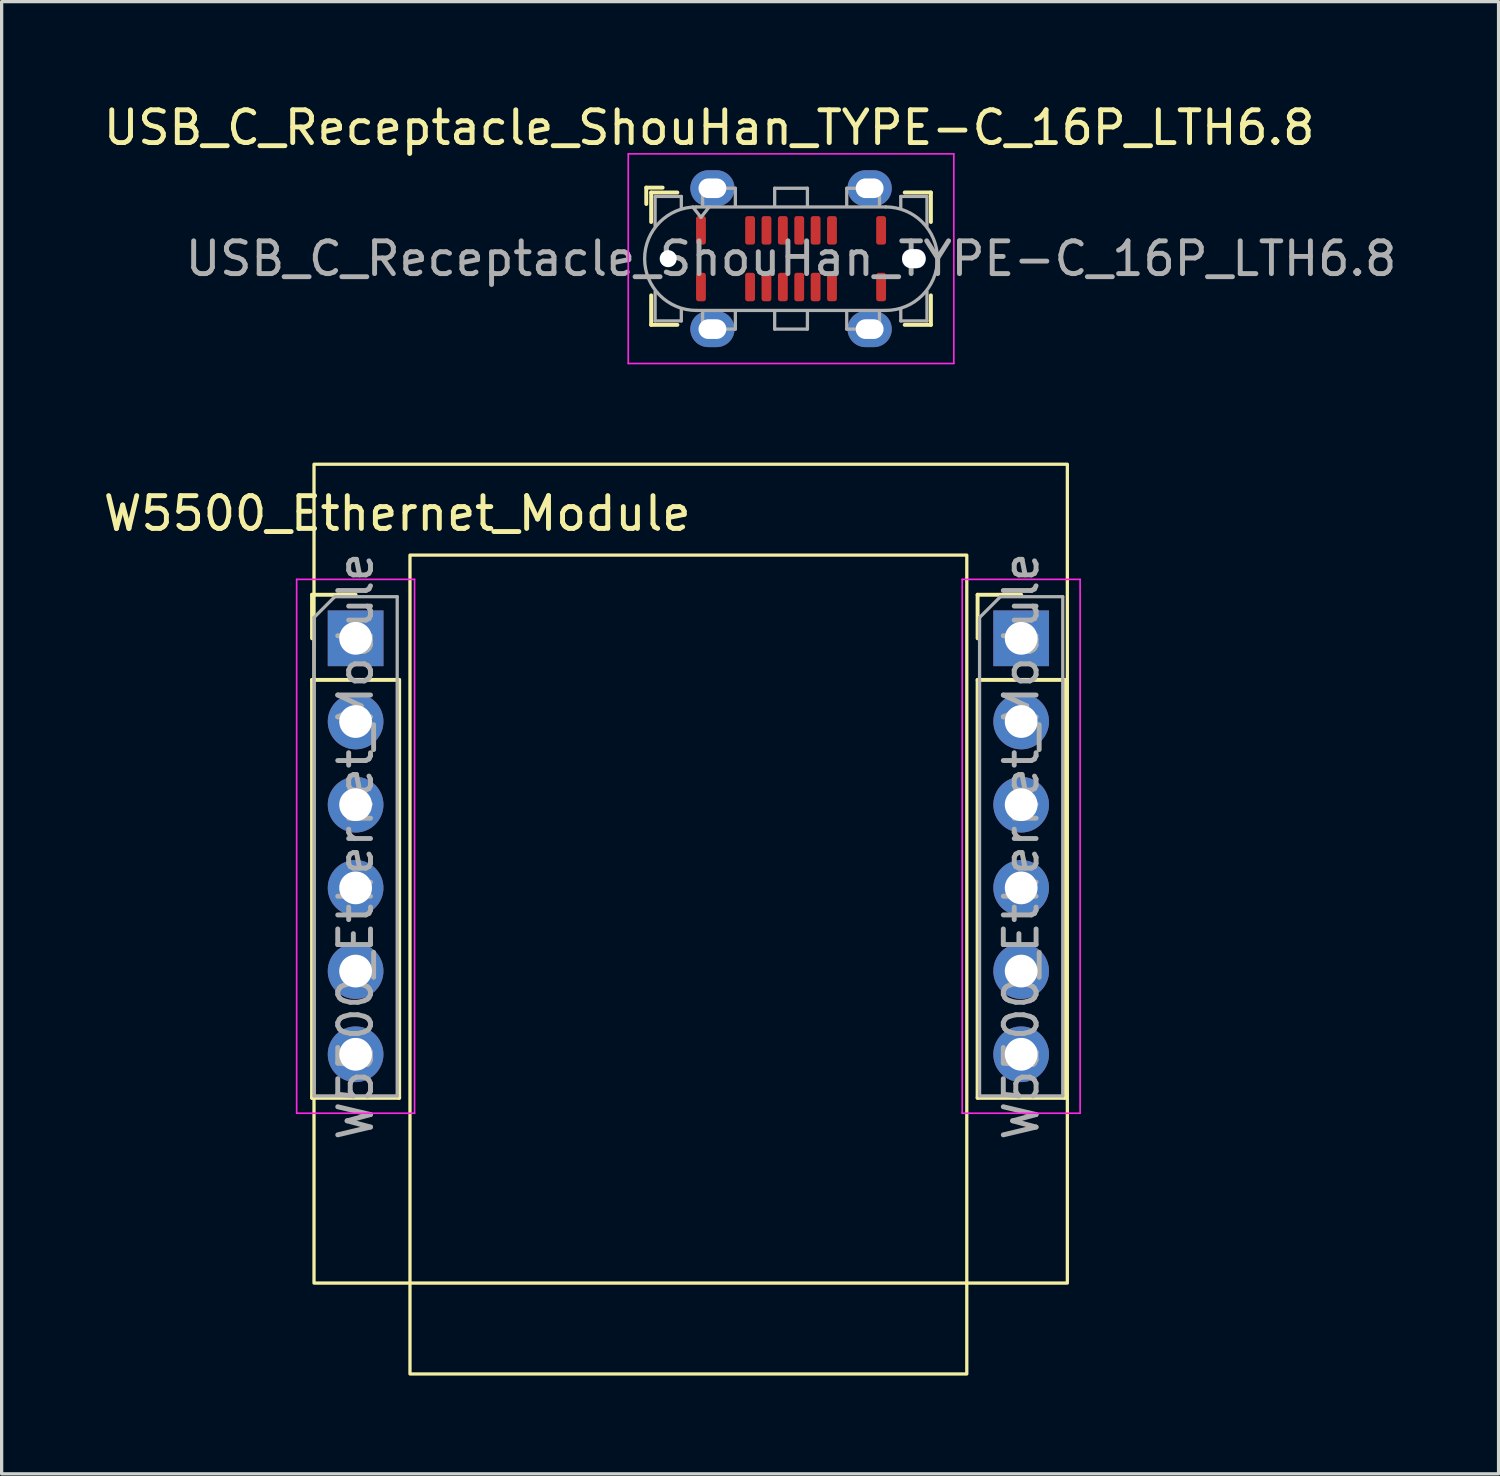
<source format=kicad_pcb>
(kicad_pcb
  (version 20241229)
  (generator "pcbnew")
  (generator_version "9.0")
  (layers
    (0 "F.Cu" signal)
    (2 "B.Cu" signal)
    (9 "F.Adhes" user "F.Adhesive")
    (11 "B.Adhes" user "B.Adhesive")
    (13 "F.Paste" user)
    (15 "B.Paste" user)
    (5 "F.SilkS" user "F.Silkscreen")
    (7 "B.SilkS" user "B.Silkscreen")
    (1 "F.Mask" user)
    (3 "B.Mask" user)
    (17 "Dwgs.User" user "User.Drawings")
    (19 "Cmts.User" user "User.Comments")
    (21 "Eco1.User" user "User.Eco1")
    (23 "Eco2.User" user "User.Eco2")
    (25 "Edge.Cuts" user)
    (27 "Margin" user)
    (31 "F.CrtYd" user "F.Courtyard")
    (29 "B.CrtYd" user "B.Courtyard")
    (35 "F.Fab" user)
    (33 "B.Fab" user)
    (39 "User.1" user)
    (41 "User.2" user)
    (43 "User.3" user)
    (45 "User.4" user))
  (footprint "W5500_Ethernet_Module"
    (layer "F.Cu")
    (at 7.807 16.438)
    (property "Reference" "W5500_Ethernet_Module" (at 1.27 -3.81 0) (layer "F.SilkS") (effects (font (size 1 1) (thickness 0.15))))
    (attr through_hole)
    (fp_line (start -1.33 -1.33) (end 0 -1.33) (stroke (width 0.12) (type solid)) (layer "F.SilkS"))
    (fp_line (start -1.33 0) (end -1.33 -1.33) (stroke (width 0.12) (type solid)) (layer "F.SilkS"))
    (fp_line (start -1.33 1.27) (end -1.33 14.03) (stroke (width 0.12) (type solid)) (layer "F.SilkS"))
    (fp_line (start -1.33 1.27) (end 1.33 1.27) (stroke (width 0.12) (type solid)) (layer "F.SilkS"))
    (fp_line (start -1.33 14.03) (end 1.33 14.03) (stroke (width 0.12) (type solid)) (layer "F.SilkS"))
    (fp_line (start 1.33 1.27) (end 1.33 14.03) (stroke (width 0.12) (type solid)) (layer "F.SilkS"))
    (fp_line (start 18.99 -1.33) (end 20.32 -1.33) (stroke (width 0.12) (type solid)) (layer "F.SilkS"))
    (fp_line (start 18.99 0) (end 18.99 -1.33) (stroke (width 0.12) (type solid)) (layer "F.SilkS"))
    (fp_line (start 18.99 1.27) (end 18.99 14.03) (stroke (width 0.12) (type solid)) (layer "F.SilkS"))
    (fp_line (start 18.99 1.27) (end 21.65 1.27) (stroke (width 0.12) (type solid)) (layer "F.SilkS"))
    (fp_line (start 18.99 14.03) (end 21.65 14.03) (stroke (width 0.12) (type solid)) (layer "F.SilkS"))
    (fp_line (start 21.65 1.27) (end 21.65 14.03) (stroke (width 0.12) (type solid)) (layer "F.SilkS"))
    (fp_rect (start -1.27 -5.315) (end 21.73 19.685) (stroke (width 0.1) (type default)) (fill no) (layer "F.SilkS"))
    (fp_rect (start 1.66 -2.54) (end 18.66 22.46) (stroke (width 0.1) (type default)) (fill no) (layer "F.SilkS"))
    (fp_line (start -1.8 -1.8) (end -1.8 14.5) (stroke (width 0.05) (type solid)) (layer "F.CrtYd"))
    (fp_line (start -1.8 14.5) (end 1.8 14.5) (stroke (width 0.05) (type solid)) (layer "F.CrtYd"))
    (fp_line (start 1.8 -1.8) (end -1.8 -1.8) (stroke (width 0.05) (type solid)) (layer "F.CrtYd"))
    (fp_line (start 1.8 14.5) (end 1.8 -1.8) (stroke (width 0.05) (type solid)) (layer "F.CrtYd"))
    (fp_line (start 18.52 -1.8) (end 18.52 14.5) (stroke (width 0.05) (type solid)) (layer "F.CrtYd"))
    (fp_line (start 18.52 14.5) (end 22.12 14.5) (stroke (width 0.05) (type solid)) (layer "F.CrtYd"))
    (fp_line (start 22.12 -1.8) (end 18.52 -1.8) (stroke (width 0.05) (type solid)) (layer "F.CrtYd"))
    (fp_line (start 22.12 14.5) (end 22.12 -1.8) (stroke (width 0.05) (type solid)) (layer "F.CrtYd"))
    (fp_line (start -1.27 -0.635) (end -0.635 -1.27) (stroke (width 0.1) (type solid)) (layer "F.Fab"))
    (fp_line (start -1.27 13.97) (end -1.27 -0.635) (stroke (width 0.1) (type solid)) (layer "F.Fab"))
    (fp_line (start -0.635 -1.27) (end 1.27 -1.27) (stroke (width 0.1) (type solid)) (layer "F.Fab"))
    (fp_line (start 1.27 -1.27) (end 1.27 13.97) (stroke (width 0.1) (type solid)) (layer "F.Fab"))
    (fp_line (start 1.27 13.97) (end -1.27 13.97) (stroke (width 0.1) (type solid)) (layer "F.Fab"))
    (fp_line (start 19.05 -0.635) (end 19.685 -1.27) (stroke (width 0.1) (type solid)) (layer "F.Fab"))
    (fp_line (start 19.05 13.97) (end 19.05 -0.635) (stroke (width 0.1) (type solid)) (layer "F.Fab"))
    (fp_line (start 19.685 -1.27) (end 21.59 -1.27) (stroke (width 0.1) (type solid)) (layer "F.Fab"))
    (fp_line (start 21.59 -1.27) (end 21.59 13.97) (stroke (width 0.1) (type solid)) (layer "F.Fab"))
    (fp_line (start 21.59 13.97) (end 19.05 13.97) (stroke (width 0.1) (type solid)) (layer "F.Fab"))
    (fp_text user "${REFERENCE}" (at 20.32 6.35 90) (layer "F.Fab") (effects (font (size 1 1) (thickness 0.15))))
    (fp_text user "${REFERENCE}" (at 0 6.35 90) (layer "F.Fab") (effects (font (size 1 1) (thickness 0.15))))
    (pad "1" thru_hole rect (at 20.32 0) (size 1.7 1.7) (drill 1) (layers "*.Cu" "*.Mask"))
    (pad "2" thru_hole oval (at 20.32 2.54) (size 1.7 1.7) (drill 1) (layers "*.Cu" "*.Mask"))
    (pad "3" thru_hole oval (at 20.32 5.08) (size 1.7 1.7) (drill 1) (layers "*.Cu" "*.Mask"))
    (pad "4" thru_hole oval (at 20.32 7.62) (size 1.7 1.7) (drill 1) (layers "*.Cu" "*.Mask"))
    (pad "5" thru_hole oval (at 20.32 10.16) (size 1.7 1.7) (drill 1) (layers "*.Cu" "*.Mask"))
    (pad "6" thru_hole oval (at 20.32 12.7) (size 1.7 1.7) (drill 1) (layers "*.Cu" "*.Mask"))
    (pad "7" thru_hole oval (at 0 12.7) (size 1.7 1.7) (drill 1) (layers "*.Cu" "*.Mask"))
    (pad "8" thru_hole oval (at 0 10.16) (size 1.7 1.7) (drill 1) (layers "*.Cu" "*.Mask"))
    (pad "9" thru_hole oval (at 0 7.62) (size 1.7 1.7) (drill 1) (layers "*.Cu" "*.Mask"))
    (pad "10" thru_hole oval (at 0 5.08) (size 1.7 1.7) (drill 1) (layers "*.Cu" "*.Mask"))
    (pad "11" thru_hole oval (at 0 2.54) (size 1.7 1.7) (drill 1) (layers "*.Cu" "*.Mask"))
    (pad "12" thru_hole rect (at 0 0) (size 1.7 1.7) (drill 1) (layers "*.Cu" "*.Mask")))
  (footprint "USB_C_Receptacle_ShouHan_TYPE-C_16P_LTH6.8"
    (layer "F.Cu")
    (at 21.101 4.848)
    (property "Reference" "USB_C_Receptacle_ShouHan_TYPE-C_16P_LTH6.8" (at -2.5 -4 0) (unlocked yes) (layer "F.SilkS") (effects (font (size 1 1) (thickness 0.15))))
    (attr smd)
    (fp_line (start -4.42 -2.17) (end -4.42 -1.67) (stroke (width 0.12) (type solid)) (layer "F.SilkS"))
    (fp_line (start -4.42 -2.17) (end -3.92 -2.17) (stroke (width 0.12) (type solid)) (layer "F.SilkS"))
    (fp_line (start -4.27 -2.02) (end -4.27 -1.12) (stroke (width 0.12) (type solid)) (layer "F.SilkS"))
    (fp_line (start -4.27 -2.02) (end -3.47 -2.02) (stroke (width 0.12) (type solid)) (layer "F.SilkS"))
    (fp_line (start -4.27 2.02) (end -4.27 1.12) (stroke (width 0.12) (type solid)) (layer "F.SilkS"))
    (fp_line (start -4.27 2.02) (end -3.47 2.02) (stroke (width 0.12) (type solid)) (layer "F.SilkS"))
    (fp_line (start 4.27 -2.02) (end 3.47 -2.02) (stroke (width 0.12) (type solid)) (layer "F.SilkS"))
    (fp_line (start 4.27 -2.02) (end 4.27 -1.12) (stroke (width 0.12) (type solid)) (layer "F.SilkS"))
    (fp_line (start 4.27 2.02) (end 3.47 2.02) (stroke (width 0.12) (type solid)) (layer "F.SilkS"))
    (fp_line (start 4.27 2.02) (end 4.27 1.12) (stroke (width 0.12) (type solid)) (layer "F.SilkS"))
    (fp_line (start -4.97 -3.2) (end -4.97 3.2) (stroke (width 0.05) (type solid)) (layer "F.CrtYd"))
    (fp_line (start -4.97 3.2) (end 4.97 3.2) (stroke (width 0.05) (type solid)) (layer "F.CrtYd"))
    (fp_line (start 4.97 -3.2) (end -4.97 -3.2) (stroke (width 0.05) (type solid)) (layer "F.CrtYd"))
    (fp_line (start 4.97 3.2) (end 4.97 -3.2) (stroke (width 0.05) (type solid)) (layer "F.CrtYd"))
    (fp_line (start -4.15 -1.9) (end -4.15 -1) (stroke (width 0.1) (type solid)) (layer "F.Fab"))
    (fp_line (start -4.15 -1.9) (end -3.35 -1.9) (stroke (width 0.1) (type solid)) (layer "F.Fab"))
    (fp_line (start -4.15 1.9) (end -4.15 1) (stroke (width 0.1) (type solid)) (layer "F.Fab"))
    (fp_line (start -4.15 1.9) (end -3.35 1.9) (stroke (width 0.1) (type solid)) (layer "F.Fab"))
    (fp_line (start -3.35 -1.9) (end -3.35 -1.55) (stroke (width 0.1) (type solid)) (layer "F.Fab"))
    (fp_line (start -3.35 1.9) (end -3.35 1.55) (stroke (width 0.1) (type solid)) (layer "F.Fab"))
    (fp_line (start -2.89 1.58) (end 2.89 1.58) (stroke (width 0.1) (type solid)) (layer "F.Fab"))
    (fp_line (start -2.75 -1.26) (end -3 -1.58) (stroke (width 0.1) (type solid)) (layer "F.Fab"))
    (fp_line (start -2.7 -2.15) (end -1.7 -2.15) (stroke (width 0.1) (type solid)) (layer "F.Fab"))
    (fp_line (start -2.7 -1.6) (end -2.7 -2.15) (stroke (width 0.1) (type solid)) (layer "F.Fab"))
    (fp_line (start -2.7 1.6) (end -2.7 2.15) (stroke (width 0.1) (type solid)) (layer "F.Fab"))
    (fp_line (start -2.7 2.15) (end -1.7 2.15) (stroke (width 0.1) (type solid)) (layer "F.Fab"))
    (fp_line (start -2.5 -1.58) (end -2.75 -1.26) (stroke (width 0.1) (type solid)) (layer "F.Fab"))
    (fp_line (start -1.7 -2.15) (end -1.7 -1.6) (stroke (width 0.1) (type solid)) (layer "F.Fab"))
    (fp_line (start -1.7 2.15) (end -1.7 1.6) (stroke (width 0.1) (type solid)) (layer "F.Fab"))
    (fp_line (start -0.5 -2.15) (end 0.5 -2.15) (stroke (width 0.1) (type solid)) (layer "F.Fab"))
    (fp_line (start -0.5 -1.6) (end -0.5 -2.15) (stroke (width 0.1) (type solid)) (layer "F.Fab"))
    (fp_line (start -0.5 2.15) (end -0.5 1.6) (stroke (width 0.1) (type solid)) (layer "F.Fab"))
    (fp_line (start 0.5 -2.15) (end 0.5 -1.6) (stroke (width 0.1) (type solid)) (layer "F.Fab"))
    (fp_line (start 0.5 1.6) (end 0.5 2.15) (stroke (width 0.1) (type solid)) (layer "F.Fab"))
    (fp_line (start 0.5 2.15) (end -0.5 2.15) (stroke (width 0.1) (type solid)) (layer "F.Fab"))
    (fp_line (start 1.7 -2.15) (end 1.7 -1.6) (stroke (width 0.1) (type solid)) (layer "F.Fab"))
    (fp_line (start 1.7 2.15) (end 1.7 1.6) (stroke (width 0.1) (type solid)) (layer "F.Fab"))
    (fp_line (start 2.7 -2.15) (end 1.7 -2.15) (stroke (width 0.1) (type solid)) (layer "F.Fab"))
    (fp_line (start 2.7 -1.6) (end 2.7 -2.15) (stroke (width 0.1) (type solid)) (layer "F.Fab"))
    (fp_line (start 2.7 1.6) (end 2.7 2.15) (stroke (width 0.1) (type solid)) (layer "F.Fab"))
    (fp_line (start 2.7 2.15) (end 1.7 2.15) (stroke (width 0.1) (type solid)) (layer "F.Fab"))
    (fp_line (start 2.89 -1.58) (end -2.89 -1.58) (stroke (width 0.1) (type solid)) (layer "F.Fab"))
    (fp_line (start 3.35 -1.9) (end 3.35 -1.55) (stroke (width 0.1) (type solid)) (layer "F.Fab"))
    (fp_line (start 3.35 1.9) (end 3.35 1.55) (stroke (width 0.1) (type solid)) (layer "F.Fab"))
    (fp_line (start 4.15 -1.9) (end 3.35 -1.9) (stroke (width 0.1) (type solid)) (layer "F.Fab"))
    (fp_line (start 4.15 -1.9) (end 4.15 -1) (stroke (width 0.1) (type solid)) (layer "F.Fab"))
    (fp_line (start 4.15 1.9) (end 3.35 1.9) (stroke (width 0.1) (type solid)) (layer "F.Fab"))
    (fp_line (start 4.15 1.9) (end 4.15 1) (stroke (width 0.1) (type solid)) (layer "F.Fab"))
    (fp_arc (start -2.89 1.58) (mid -4.47 0) (end -2.89 -1.58) (stroke (width 0.1) (type solid)) (layer "F.Fab"))
    (fp_arc (start 2.89 -1.58) (mid 4.47 0) (end 2.89 1.58) (stroke (width 0.1) (type solid)) (layer "F.Fab"))
    (fp_text user "${REFERENCE}" (at 0 0 0) (unlocked yes) (layer "F.Fab") (effects (font (size 1 1) (thickness 0.15))))
    (pad "" np_thru_hole circle (at -3.75 0) (size 0.52 0.52) (drill 0.66) (layers "*.Cu" "*.Mask"))
    (pad "" np_thru_hole roundrect (at 3.75 0) (size 0.72 0.58) (drill oval 1 0.58) (layers "*.Cu" "*.Mask") (roundrect_rratio 0.448))
    (pad "A1" smd roundrect (at -2.75 -0.865) (size 0.3 0.87) (layers "F.Cu" "F.Mask" "F.Paste") (roundrect_rratio 0.25))
    (pad "A4" smd roundrect (at -1.25 -0.865) (size 0.3 0.87) (layers "F.Cu" "F.Mask" "F.Paste") (roundrect_rratio 0.25))
    (pad "A5" smd roundrect (at -0.75 -0.865) (size 0.3 0.87) (layers "F.Cu" "F.Mask" "F.Paste") (roundrect_rratio 0.25))
    (pad "A6" smd roundrect (at -0.25 -0.865) (size 0.3 0.87) (layers "F.Cu" "F.Mask" "F.Paste") (roundrect_rratio 0.25))
    (pad "A7" smd roundrect (at 0.25 -0.865) (size 0.3 0.87) (layers "F.Cu" "F.Mask" "F.Paste") (roundrect_rratio 0.25))
    (pad "A8" smd roundrect (at 0.75 -0.865) (size 0.3 0.87) (layers "F.Cu" "F.Mask" "F.Paste") (roundrect_rratio 0.25))
    (pad "A9" smd roundrect (at 1.25 -0.865) (size 0.3 0.87) (layers "F.Cu" "F.Mask" "F.Paste") (roundrect_rratio 0.25))
    (pad "A12" smd roundrect (at 2.75 -0.865) (size 0.3 0.87) (layers "F.Cu" "F.Mask" "F.Paste") (roundrect_rratio 0.25))
    (pad "B1" smd roundrect (at 2.75 0.865) (size 0.3 0.87) (layers "F.Cu" "F.Mask" "F.Paste") (roundrect_rratio 0.25))
    (pad "B4" smd roundrect (at 1.25 0.865) (size 0.3 0.87) (layers "F.Cu" "F.Mask" "F.Paste") (roundrect_rratio 0.25))
    (pad "B5" smd roundrect (at 0.75 0.865) (size 0.3 0.87) (layers "F.Cu" "F.Mask" "F.Paste") (roundrect_rratio 0.25))
    (pad "B6" smd roundrect (at 0.25 0.865) (size 0.3 0.87) (layers "F.Cu" "F.Mask" "F.Paste") (roundrect_rratio 0.25))
    (pad "B7" smd roundrect (at -0.25 0.865) (size 0.3 0.87) (layers "F.Cu" "F.Mask" "F.Paste") (roundrect_rratio 0.25))
    (pad "B8" smd roundrect (at -0.75 0.865) (size 0.3 0.87) (layers "F.Cu" "F.Mask" "F.Paste") (roundrect_rratio 0.25))
    (pad "B9" smd roundrect (at -1.25 0.865) (size 0.3 0.87) (layers "F.Cu" "F.Mask" "F.Paste") (roundrect_rratio 0.25))
    (pad "B12" smd roundrect (at -2.75 0.865) (size 0.3 0.87) (layers "F.Cu" "F.Mask" "F.Paste") (roundrect_rratio 0.25))
    (pad "S1" thru_hole oval (at -2.4 -2.15) (size 1.35 1.1) (drill oval 0.85 0.6) (layers "*.Cu" "*.Mask" "F.Paste"))
    (pad "S1" thru_hole oval (at -2.4 2.15) (size 1.35 1.1) (drill oval 0.85 0.6) (layers "*.Cu" "*.Mask" "F.Paste"))
    (pad "S1" thru_hole oval (at 2.4 -2.15) (size 1.35 1.1) (drill oval 0.85 0.6) (layers "*.Cu" "*.Mask" "F.Paste"))
    (pad "S1" thru_hole oval (at 2.4 2.15) (size 1.35 1.1) (drill oval 0.85 0.6) (layers "*.Cu" "*.Mask" "F.Paste")))
  (gr_rect
    (start -3 -3)
    (end 42.702 41.948)
    (stroke (width 0.1) (type default))
    (fill no)
    (layer "Edge.Cuts")))
</source>
